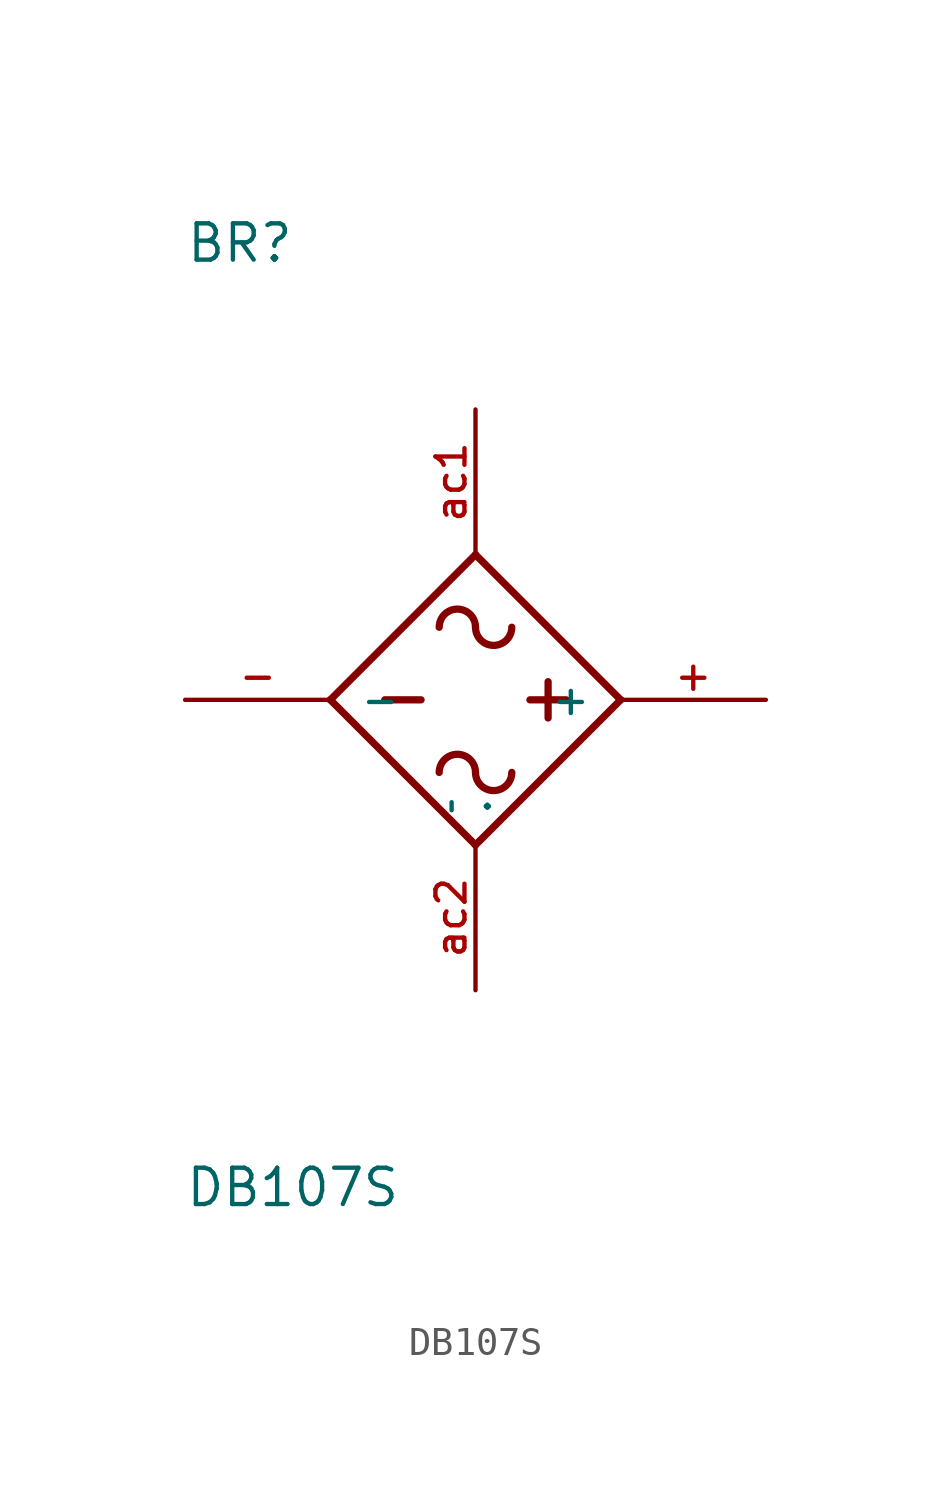
<source format=kicad_sym>
(kicad_symbol_lib
  (version 20211014)
  (generator kicad_symbol_editor)
  (symbol "DB107S"
    (pin_names
      (offset 1.016))
    (property "Reference" "BR"
      (at -10.16 15.24 0)
      (effects (font (size 1.27 1.27)) (justify left bottom)))
    (property "Value" "DB107S"
      (at -10.185 -17.805 0)
      (effects (font (size 1.27 1.27)) (justify left bottom)))
    (symbol "DB107S_0_0"
      (arc (start 0 -2.54) (mid -0.635 -1.905) (end -1.27 -2.54) (stroke (width 0.254) (type default) (color 0 0 0 0)) (fill (type none)))
      (arc (start 0 -2.54) (mid 0.635 -3.175) (end 1.27 -2.54) (stroke (width 0.254) (type default) (color 0 0 0 0)) (fill (type none)))
      (polyline (pts (xy -5.08 0) (xy 0 -5.08)) (stroke (width 0.254) (type default) (color 0 0 0 0)) (fill (type none)))
      (polyline (pts (xy -1.905 0) (xy -3.175 0)) (stroke (width 0.254) (type default) (color 0 0 0 0)) (fill (type none)))
      (polyline (pts (xy 0 -5.08) (xy 5.08 0)) (stroke (width 0.254) (type default) (color 0 0 0 0)) (fill (type none)))
      (polyline (pts (xy 0 5.08) (xy -5.08 0)) (stroke (width 0.254) (type default) (color 0 0 0 0)) (fill (type none)))
      (polyline (pts (xy 1.905 0) (xy 3.175 0)) (stroke (width 0.254) (type default) (color 0 0 0 0)) (fill (type none)))
      (polyline (pts (xy 2.54 0.635) (xy 2.54 -0.635)) (stroke (width 0.254) (type default) (color 0 0 0 0)) (fill (type none)))
      (polyline (pts (xy 5.08 0) (xy 0 5.08)) (stroke (width 0.254) (type default) (color 0 0 0 0)) (fill (type none)))
      (arc (start 0 2.54) (mid -0.635 3.175) (end -1.27 2.54) (stroke (width 0.254) (type default) (color 0 0 0 0)) (fill (type none)))
      (arc (start 0 2.54) (mid 0.635 1.905) (end 1.27 2.54) (stroke (width 0.254) (type default) (color 0 0 0 0)) (fill (type none)))
      (pin output line (at 10.16 0 180) (length 5.08) (name "+" (effects (font (size 1.016 1.016)))) (number "+" (effects (font (size 1.016 1.016)))))
      (pin output line (at -10.16 0 0) (length 5.08) (name "-" (effects (font (size 1.016 1.016)))) (number "-" (effects (font (size 1.016 1.016)))))
      (pin input line (at 0 10.16 270) (length 5.08) (name "~" (effects (font (size 1.016 1.016)))) (number "ac1" (effects (font (size 1.016 1.016)))))
      (pin input line (at 0 -10.16 90) (length 5.08) (name "~{.}" (effects (font (size 1.016 1.016)))) (number "ac2" (effects (font (size 1.016 1.016))))))))
</source>
